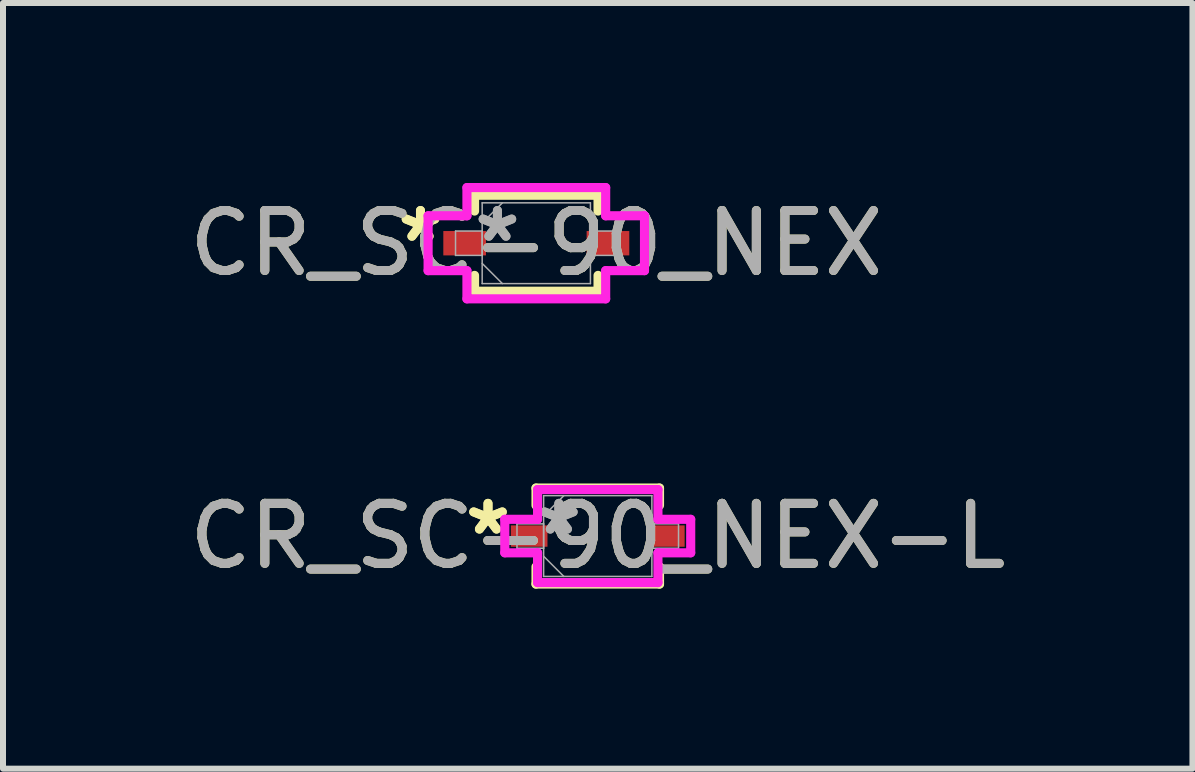
<source format=kicad_pcb>
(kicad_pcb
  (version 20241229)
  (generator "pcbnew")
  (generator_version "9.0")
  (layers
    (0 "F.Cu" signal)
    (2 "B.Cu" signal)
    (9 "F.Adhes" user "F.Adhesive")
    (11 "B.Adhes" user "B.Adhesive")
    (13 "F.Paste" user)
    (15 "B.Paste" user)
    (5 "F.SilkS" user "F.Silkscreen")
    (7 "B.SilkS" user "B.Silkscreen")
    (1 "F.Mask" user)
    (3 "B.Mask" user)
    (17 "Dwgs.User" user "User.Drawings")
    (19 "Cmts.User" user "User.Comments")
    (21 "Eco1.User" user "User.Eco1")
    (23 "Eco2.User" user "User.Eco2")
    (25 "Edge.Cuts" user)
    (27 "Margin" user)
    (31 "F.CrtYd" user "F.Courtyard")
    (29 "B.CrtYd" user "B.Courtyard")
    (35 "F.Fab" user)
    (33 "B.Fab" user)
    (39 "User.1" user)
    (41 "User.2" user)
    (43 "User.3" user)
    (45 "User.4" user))
  (footprint "CR_SC-90_NEX-L"
    (layer "F.Cu")
    (at 6.911 5.883)
    (property "Reference" "CR_SC-90_NEX-L" (at 0 0 0) (unlocked yes) (layer "F.SilkS") (effects (font (size 1 1) (thickness 0.15))))
    (attr smd)
    (fp_line (start -1.029 -0.8) (end -1.029 -0.511) (stroke (width 0.152) (type solid)) (layer "F.SilkS"))
    (fp_line (start -1.029 0.511) (end -1.029 0.8) (stroke (width 0.152) (type solid)) (layer "F.SilkS"))
    (fp_line (start -1.029 0.8) (end 1.029 0.8) (stroke (width 0.152) (type solid)) (layer "F.SilkS"))
    (fp_line (start 1.029 -0.8) (end -1.029 -0.8) (stroke (width 0.152) (type solid)) (layer "F.SilkS"))
    (fp_line (start 1.029 -0.511) (end 1.029 -0.8) (stroke (width 0.152) (type solid)) (layer "F.SilkS"))
    (fp_line (start 1.029 0.8) (end 1.029 0.511) (stroke (width 0.152) (type solid)) (layer "F.SilkS"))
    (fp_line (start -1.549 -0.279) (end -1.003 -0.279) (stroke (width 0.152) (type solid)) (layer "F.CrtYd"))
    (fp_line (start -1.549 0.279) (end -1.549 -0.279) (stroke (width 0.152) (type solid)) (layer "F.CrtYd"))
    (fp_line (start -1.003 -0.775) (end 1.003 -0.775) (stroke (width 0.152) (type solid)) (layer "F.CrtYd"))
    (fp_line (start -1.003 -0.279) (end -1.003 -0.775) (stroke (width 0.152) (type solid)) (layer "F.CrtYd"))
    (fp_line (start -1.003 0.279) (end -1.549 0.279) (stroke (width 0.152) (type solid)) (layer "F.CrtYd"))
    (fp_line (start -1.003 0.775) (end -1.003 0.279) (stroke (width 0.152) (type solid)) (layer "F.CrtYd"))
    (fp_line (start 1.003 -0.775) (end 1.003 -0.279) (stroke (width 0.152) (type solid)) (layer "F.CrtYd"))
    (fp_line (start 1.003 -0.279) (end 1.549 -0.279) (stroke (width 0.152) (type solid)) (layer "F.CrtYd"))
    (fp_line (start 1.003 0.279) (end 1.003 0.775) (stroke (width 0.152) (type solid)) (layer "F.CrtYd"))
    (fp_line (start 1.003 0.775) (end -1.003 0.775) (stroke (width 0.152) (type solid)) (layer "F.CrtYd"))
    (fp_line (start 1.549 -0.279) (end 1.549 0.279) (stroke (width 0.152) (type solid)) (layer "F.CrtYd"))
    (fp_line (start 1.549 0.279) (end 1.003 0.279) (stroke (width 0.152) (type solid)) (layer "F.CrtYd"))
    (fp_line (start -1.346 -0.203) (end -1.346 0.203) (stroke (width 0.025) (type solid)) (layer "F.Fab"))
    (fp_line (start -1.346 0.203) (end -0.902 0.203) (stroke (width 0.025) (type solid)) (layer "F.Fab"))
    (fp_line (start -0.902 -0.673) (end -0.902 0.673) (stroke (width 0.025) (type solid)) (layer "F.Fab"))
    (fp_line (start -0.902 -0.337) (end -0.565 -0.673) (stroke (width 0.025) (type solid)) (layer "F.Fab"))
    (fp_line (start -0.902 -0.203) (end -1.346 -0.203) (stroke (width 0.025) (type solid)) (layer "F.Fab"))
    (fp_line (start -0.902 0.203) (end -0.902 -0.203) (stroke (width 0.025) (type solid)) (layer "F.Fab"))
    (fp_line (start -0.902 0.337) (end -0.565 0.673) (stroke (width 0.025) (type solid)) (layer "F.Fab"))
    (fp_line (start -0.902 0.673) (end 0.902 0.673) (stroke (width 0.025) (type solid)) (layer "F.Fab"))
    (fp_line (start 0.902 -0.673) (end -0.902 -0.673) (stroke (width 0.025) (type solid)) (layer "F.Fab"))
    (fp_line (start 0.902 -0.203) (end 0.902 0.203) (stroke (width 0.025) (type solid)) (layer "F.Fab"))
    (fp_line (start 0.902 0.203) (end 1.346 0.203) (stroke (width 0.025) (type solid)) (layer "F.Fab"))
    (fp_line (start 0.902 0.673) (end 0.902 -0.673) (stroke (width 0.025) (type solid)) (layer "F.Fab"))
    (fp_line (start 1.346 -0.203) (end 0.902 -0.203) (stroke (width 0.025) (type solid)) (layer "F.Fab"))
    (fp_line (start 1.346 0.203) (end 1.346 -0.203) (stroke (width 0.025) (type solid)) (layer "F.Fab"))
    (fp_text user "*" (at -1.829 0 0) (unlocked yes) (layer "F.SilkS") (effects (font (size 1 1) (thickness 0.15))))
    (fp_text user "*" (at -1.829 0 0) (layer "F.SilkS") (effects (font (size 1 1) (thickness 0.15))))
    (fp_text user "*" (at -0.648 0 0) (unlocked yes) (layer "F.Fab") (effects (font (size 1 1) (thickness 0.15))))
    (fp_text user "${REFERENCE}" (at 0 0 0) (unlocked yes) (layer "F.Fab") (effects (font (size 1 1) (thickness 0.15))))
    (fp_text user "*" (at -0.648 0 0) (layer "F.Fab") (effects (font (size 1 1) (thickness 0.15))))
    (pad "1" smd rect (at -1.143 0) (size 0.61 0.356) (layers "F.Cu" "F.Mask" "F.Paste"))
    (pad "2" smd rect (at 1.143 0) (size 0.61 0.356) (layers "F.Cu" "F.Mask" "F.Paste"))
    (zone (net_name "") (layer "F.Cu") (hatch full 0.508) (connect_pads) (min_thickness 0.254) (filled_areas_thickness no) (keepout (tracks not_allowed) (vias not_allowed) (pads allowed) (copperpour not_allowed) (footprints allowed)) (placement (enabled no)) (fill) (polygon (pts (xy 6.123 5.261) (xy 7.698 5.261) (xy 7.698 6.505) (xy 6.123 6.505)))))
  (footprint "CR_SC-90_NEX"
    (layer "F.Cu")
    (at 5.887 1.003)
    (property "Reference" "CR_SC-90_NEX" (at 0 0 0) (unlocked yes) (layer "F.SilkS") (effects (font (size 1 1) (thickness 0.15))))
    (attr smd)
    (fp_line (start -1.029 -0.8) (end -1.029 -0.536) (stroke (width 0.152) (type solid)) (layer "F.SilkS"))
    (fp_line (start -1.029 0.536) (end -1.029 0.8) (stroke (width 0.152) (type solid)) (layer "F.SilkS"))
    (fp_line (start -1.029 0.8) (end 1.029 0.8) (stroke (width 0.152) (type solid)) (layer "F.SilkS"))
    (fp_line (start 1.029 -0.8) (end -1.029 -0.8) (stroke (width 0.152) (type solid)) (layer "F.SilkS"))
    (fp_line (start 1.029 -0.536) (end 1.029 -0.8) (stroke (width 0.152) (type solid)) (layer "F.SilkS"))
    (fp_line (start 1.029 0.8) (end 1.029 0.536) (stroke (width 0.152) (type solid)) (layer "F.SilkS"))
    (fp_line (start -1.803 -0.457) (end -1.156 -0.457) (stroke (width 0.152) (type solid)) (layer "F.CrtYd"))
    (fp_line (start -1.803 0.457) (end -1.803 -0.457) (stroke (width 0.152) (type solid)) (layer "F.CrtYd"))
    (fp_line (start -1.156 -0.927) (end 1.156 -0.927) (stroke (width 0.152) (type solid)) (layer "F.CrtYd"))
    (fp_line (start -1.156 -0.457) (end -1.156 -0.927) (stroke (width 0.152) (type solid)) (layer "F.CrtYd"))
    (fp_line (start -1.156 0.457) (end -1.803 0.457) (stroke (width 0.152) (type solid)) (layer "F.CrtYd"))
    (fp_line (start -1.156 0.927) (end -1.156 0.457) (stroke (width 0.152) (type solid)) (layer "F.CrtYd"))
    (fp_line (start 1.156 -0.927) (end 1.156 -0.457) (stroke (width 0.152) (type solid)) (layer "F.CrtYd"))
    (fp_line (start 1.156 -0.457) (end 1.803 -0.457) (stroke (width 0.152) (type solid)) (layer "F.CrtYd"))
    (fp_line (start 1.156 0.457) (end 1.156 0.927) (stroke (width 0.152) (type solid)) (layer "F.CrtYd"))
    (fp_line (start 1.156 0.927) (end -1.156 0.927) (stroke (width 0.152) (type solid)) (layer "F.CrtYd"))
    (fp_line (start 1.803 -0.457) (end 1.803 0.457) (stroke (width 0.152) (type solid)) (layer "F.CrtYd"))
    (fp_line (start 1.803 0.457) (end 1.156 0.457) (stroke (width 0.152) (type solid)) (layer "F.CrtYd"))
    (fp_line (start -1.346 -0.203) (end -1.346 0.203) (stroke (width 0.025) (type solid)) (layer "F.Fab"))
    (fp_line (start -1.346 0.203) (end -0.902 0.203) (stroke (width 0.025) (type solid)) (layer "F.Fab"))
    (fp_line (start -0.902 -0.673) (end -0.902 0.673) (stroke (width 0.025) (type solid)) (layer "F.Fab"))
    (fp_line (start -0.902 -0.337) (end -0.565 -0.673) (stroke (width 0.025) (type solid)) (layer "F.Fab"))
    (fp_line (start -0.902 -0.203) (end -1.346 -0.203) (stroke (width 0.025) (type solid)) (layer "F.Fab"))
    (fp_line (start -0.902 0.203) (end -0.902 -0.203) (stroke (width 0.025) (type solid)) (layer "F.Fab"))
    (fp_line (start -0.902 0.337) (end -0.565 0.673) (stroke (width 0.025) (type solid)) (layer "F.Fab"))
    (fp_line (start -0.902 0.673) (end 0.902 0.673) (stroke (width 0.025) (type solid)) (layer "F.Fab"))
    (fp_line (start 0.902 -0.673) (end -0.902 -0.673) (stroke (width 0.025) (type solid)) (layer "F.Fab"))
    (fp_line (start 0.902 -0.203) (end 0.902 0.203) (stroke (width 0.025) (type solid)) (layer "F.Fab"))
    (fp_line (start 0.902 0.203) (end 1.346 0.203) (stroke (width 0.025) (type solid)) (layer "F.Fab"))
    (fp_line (start 0.902 0.673) (end 0.902 -0.673) (stroke (width 0.025) (type solid)) (layer "F.Fab"))
    (fp_line (start 1.346 -0.203) (end 0.902 -0.203) (stroke (width 0.025) (type solid)) (layer "F.Fab"))
    (fp_line (start 1.346 0.203) (end 1.346 -0.203) (stroke (width 0.025) (type solid)) (layer "F.Fab"))
    (fp_text user "*" (at -1.93 0 0) (unlocked yes) (layer "F.SilkS") (effects (font (size 1 1) (thickness 0.15))))
    (fp_text user "*" (at -1.93 0 0) (layer "F.SilkS") (effects (font (size 1 1) (thickness 0.15))))
    (fp_text user "${REFERENCE}" (at 0 0 0) (unlocked yes) (layer "F.Fab") (effects (font (size 1 1) (thickness 0.15))))
    (fp_text user "*" (at -0.648 0 0) (layer "F.Fab") (effects (font (size 1 1) (thickness 0.15))))
    (fp_text user "*" (at -0.648 0 0) (unlocked yes) (layer "F.Fab") (effects (font (size 1 1) (thickness 0.15))))
    (pad "1" smd rect (at -1.194 0) (size 0.711 0.406) (layers "F.Cu" "F.Mask" "F.Paste"))
    (pad "2" smd rect (at 1.194 0) (size 0.711 0.406) (layers "F.Cu" "F.Mask" "F.Paste"))
    (zone (net_name "") (layer "F.Cu") (hatch full 0.508) (connect_pads) (min_thickness 0.254) (filled_areas_thickness no) (keepout (tracks not_allowed) (vias not_allowed) (pads allowed) (copperpour not_allowed) (footprints allowed)) (placement (enabled no)) (fill) (polygon (pts (xy 5.1 0.381) (xy 6.674 0.381) (xy 6.674 1.626) (xy 5.1 1.626)))))
  (gr_rect
    (start -3 -3)
    (end 16.821 9.759)
    (stroke (width 0.1) (type default))
    (fill no)
    (layer "Edge.Cuts")))
</source>
